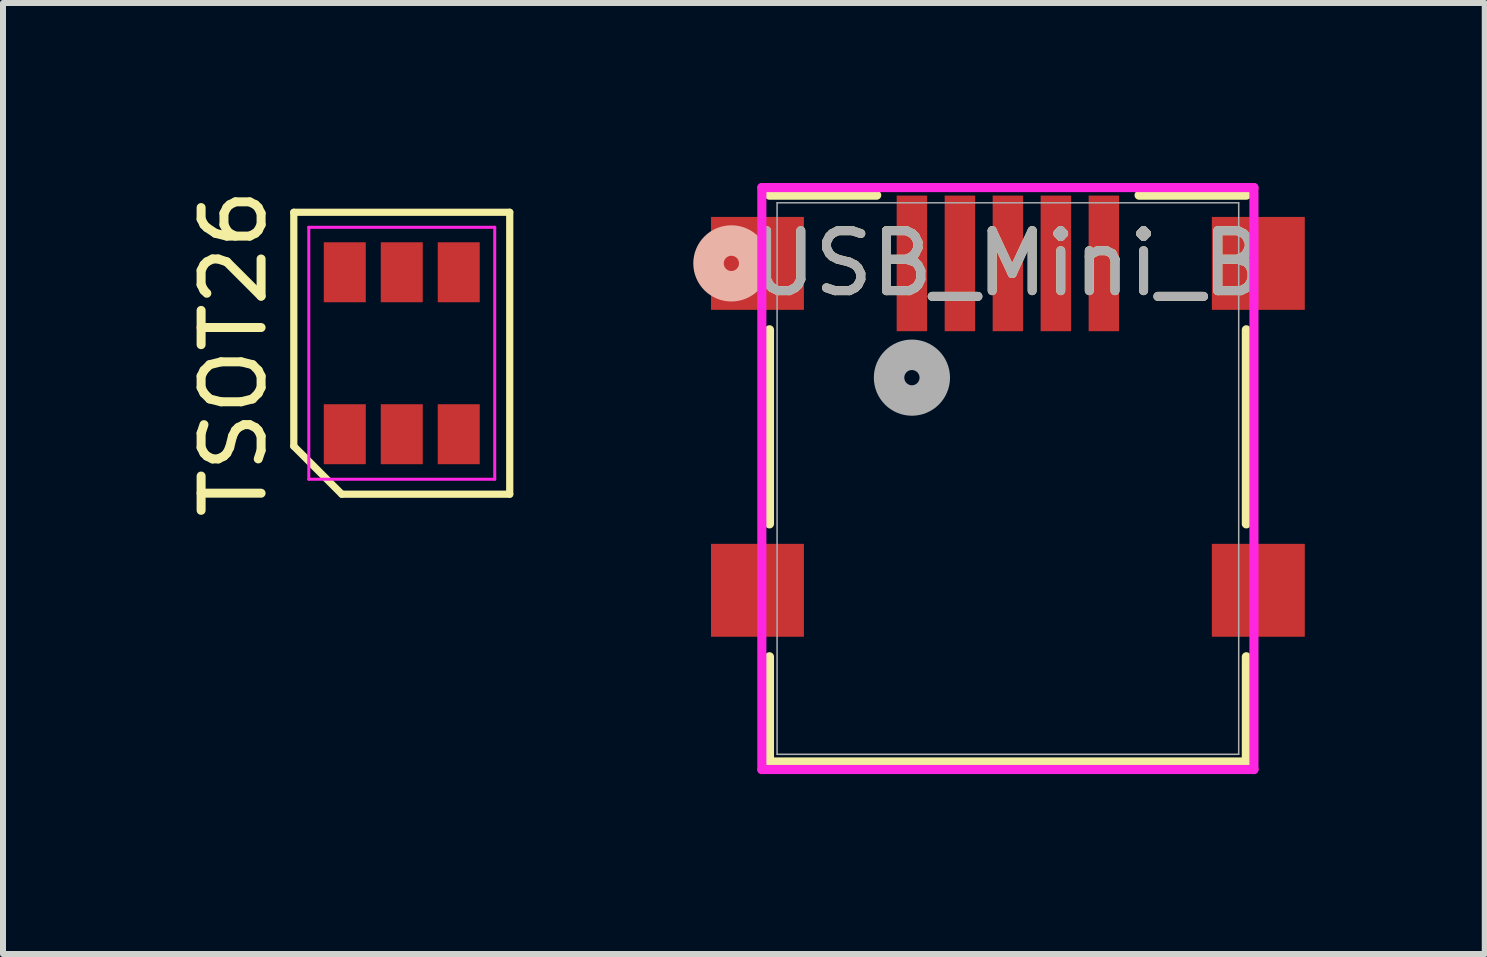
<source format=kicad_pcb>
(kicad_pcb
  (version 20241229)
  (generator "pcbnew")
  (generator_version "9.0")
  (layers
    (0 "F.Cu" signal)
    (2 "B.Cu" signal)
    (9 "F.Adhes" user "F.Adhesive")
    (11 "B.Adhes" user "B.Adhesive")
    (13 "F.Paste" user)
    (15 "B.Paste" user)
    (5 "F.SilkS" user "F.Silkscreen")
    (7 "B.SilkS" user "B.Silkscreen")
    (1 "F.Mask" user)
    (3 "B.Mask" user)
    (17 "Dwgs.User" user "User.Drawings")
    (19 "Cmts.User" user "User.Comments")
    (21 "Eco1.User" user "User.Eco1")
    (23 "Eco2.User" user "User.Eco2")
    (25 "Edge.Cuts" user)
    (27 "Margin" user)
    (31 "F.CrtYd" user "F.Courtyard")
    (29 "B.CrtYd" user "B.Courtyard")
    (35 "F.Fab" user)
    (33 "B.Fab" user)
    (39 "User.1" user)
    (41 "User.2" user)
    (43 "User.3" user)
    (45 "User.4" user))
  (footprint "USB_Mini_B"
    (layer "F.Cu")
    (at 15.353 1.341)
    (property "Reference" "USB_Mini_B" (at -1.6 0 0) (unlocked yes) (layer "F.SilkS") (effects (font (size 1 1) (thickness 0.15))))
    (attr smd)
    (fp_line (start -5.575 1.107) (end -5.575 4.343) (stroke (width 0.152) (type solid)) (layer "F.SilkS"))
    (fp_line (start -5.575 6.558) (end -5.575 8.312) (stroke (width 0.152) (type solid)) (layer "F.SilkS"))
    (fp_line (start -5.575 8.312) (end 2.375 8.312) (stroke (width 0.152) (type solid)) (layer "F.SilkS"))
    (fp_line (start -3.787 -1.137) (end -5.575 -1.137) (stroke (width 0.152) (type solid)) (layer "F.SilkS"))
    (fp_line (start 2.375 -1.137) (end 0.587 -1.137) (stroke (width 0.152) (type solid)) (layer "F.SilkS"))
    (fp_line (start 2.375 4.343) (end 2.375 1.107) (stroke (width 0.152) (type solid)) (layer "F.SilkS"))
    (fp_line (start 2.375 8.312) (end 2.375 6.558) (stroke (width 0.152) (type solid)) (layer "F.SilkS"))
    (fp_circle (center -6.21 0) (end -5.829 0) (stroke (width 0.508) (type solid)) (fill no) (layer "B.SilkS"))
    (fp_line (start -5.702 -1.264) (end -5.702 8.438) (stroke (width 0.152) (type solid)) (layer "F.CrtYd"))
    (fp_line (start -5.702 8.438) (end 2.502 8.438) (stroke (width 0.152) (type solid)) (layer "F.CrtYd"))
    (fp_line (start 2.502 -1.264) (end -5.702 -1.264) (stroke (width 0.152) (type solid)) (layer "F.CrtYd"))
    (fp_line (start 2.502 8.438) (end 2.502 -1.264) (stroke (width 0.152) (type solid)) (layer "F.CrtYd"))
    (fp_line (start -5.448 -1.01) (end -5.448 8.184) (stroke (width 0.025) (type solid)) (layer "F.Fab"))
    (fp_line (start -5.448 8.184) (end 2.248 8.184) (stroke (width 0.025) (type solid)) (layer "F.Fab"))
    (fp_line (start 2.248 -1.01) (end -5.448 -1.01) (stroke (width 0.025) (type solid)) (layer "F.Fab"))
    (fp_line (start 2.248 8.184) (end 2.248 -1.01) (stroke (width 0.025) (type solid)) (layer "F.Fab"))
    (fp_circle (center -3.2 1.905) (end -2.819 1.905) (stroke (width 0.508) (type solid)) (fill no) (layer "F.Fab"))
    (fp_text user "${REFERENCE}" (at -1.6 0 0) (unlocked yes) (layer "F.Fab") (effects (font (size 1 1) (thickness 0.15))))
    (pad "1" smd rect (at -3.2 0) (size 0.508 2.261) (layers "F.Cu" "F.Mask" "F.Paste"))
    (pad "2" smd rect (at -2.4 0) (size 0.508 2.261) (layers "F.Cu" "F.Mask" "F.Paste"))
    (pad "3" smd rect (at -1.6 0) (size 0.508 2.261) (layers "F.Cu" "F.Mask" "F.Paste"))
    (pad "4" smd rect (at -0.8 0) (size 0.508 2.261) (layers "F.Cu" "F.Mask" "F.Paste"))
    (pad "5" smd rect (at 0 0) (size 0.508 2.261) (layers "F.Cu" "F.Mask" "F.Paste"))
    (pad "6" smd rect (at -5.775 0) (size 1.549 1.549) (layers "F.Cu" "F.Mask" "F.Paste"))
    (pad "7" smd rect (at 2.575 0) (size 1.549 1.549) (layers "F.Cu" "F.Mask" "F.Paste"))
    (pad "8" smd rect (at -5.775 5.45) (size 1.549 1.549) (layers "F.Cu" "F.Mask" "F.Paste"))
    (pad "9" smd rect (at 2.575 5.45) (size 1.549 1.549) (layers "F.Cu" "F.Mask" "F.Paste")))
  (footprint "TSOT26"
    (layer "F.Cu")
    (at 3.648 2.839)
    (property "Reference" "TSOT26" (at -2.8 0 90) (layer "F.SilkS") (effects (font (size 1 1) (thickness 0.15))))
    (attr smd)
    (fp_line (start -1.8 -2.35) (end 1.8 -2.35) (stroke (width 0.12) (type default)) (layer "F.SilkS"))
    (fp_line (start -1.8 1.55) (end -1.8 -2.35) (stroke (width 0.12) (type default)) (layer "F.SilkS"))
    (fp_line (start -1 2.35) (end -1.8 1.55) (stroke (width 0.12) (type default)) (layer "F.SilkS"))
    (fp_line (start 1.8 -2.35) (end 1.8 2.35) (stroke (width 0.12) (type default)) (layer "F.SilkS"))
    (fp_line (start 1.8 2.35) (end -1 2.35) (stroke (width 0.12) (type default)) (layer "F.SilkS"))
    (fp_line (start -1.55 -2.1) (end 1.55 -2.1) (stroke (width 0.05) (type default)) (layer "F.CrtYd"))
    (fp_line (start -1.55 2.1) (end -1.55 -2.1) (stroke (width 0.05) (type default)) (layer "F.CrtYd"))
    (fp_line (start 1.55 -2.1) (end 1.55 2.1) (stroke (width 0.05) (type default)) (layer "F.CrtYd"))
    (fp_line (start 1.55 2.1) (end -1.55 2.1) (stroke (width 0.05) (type default)) (layer "F.CrtYd"))
    (pad "1" smd rect (at -0.95 1.35) (size 0.7 1) (layers "F.Cu" "F.Mask" "F.Paste"))
    (pad "2" smd rect (at 0 1.35) (size 0.7 1) (layers "F.Cu" "F.Mask" "F.Paste"))
    (pad "3" smd rect (at 0.95 1.35) (size 0.7 1) (layers "F.Cu" "F.Mask" "F.Paste"))
    (pad "4" smd rect (at 0.95 -1.35) (size 0.7 1) (layers "F.Cu" "F.Mask" "F.Paste"))
    (pad "5" smd rect (at 0 -1.35) (size 0.7 1) (layers "F.Cu" "F.Mask" "F.Paste"))
    (pad "6" smd rect (at -0.95 -1.35) (size 0.7 1) (layers "F.Cu" "F.Mask" "F.Paste")))
  (gr_rect
    (start -3 -3)
    (end 21.703 12.855)
    (stroke (width 0.1) (type default))
    (fill no)
    (layer "Edge.Cuts")))
</source>
